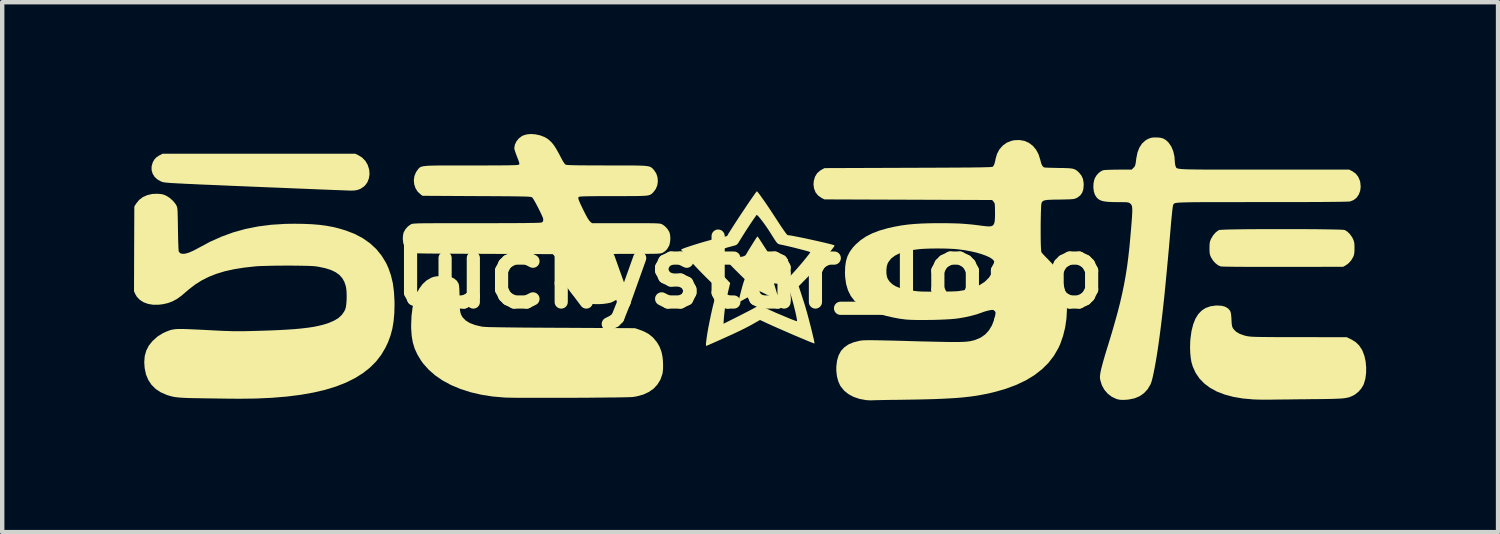
<source format=kicad_pcb>
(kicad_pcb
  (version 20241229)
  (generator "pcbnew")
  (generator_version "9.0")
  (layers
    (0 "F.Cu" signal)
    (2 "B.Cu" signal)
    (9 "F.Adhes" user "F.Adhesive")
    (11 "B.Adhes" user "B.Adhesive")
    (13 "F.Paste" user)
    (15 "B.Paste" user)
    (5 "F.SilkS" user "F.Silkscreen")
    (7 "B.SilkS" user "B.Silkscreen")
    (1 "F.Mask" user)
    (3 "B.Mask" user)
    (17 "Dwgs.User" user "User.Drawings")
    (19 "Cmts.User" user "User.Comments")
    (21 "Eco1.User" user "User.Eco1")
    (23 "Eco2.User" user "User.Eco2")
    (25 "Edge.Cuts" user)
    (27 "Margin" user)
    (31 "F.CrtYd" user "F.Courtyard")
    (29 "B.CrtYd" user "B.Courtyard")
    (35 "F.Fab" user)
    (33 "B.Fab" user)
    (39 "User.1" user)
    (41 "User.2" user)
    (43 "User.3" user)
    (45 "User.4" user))
  (footprint "luckystar_logo"
    (layer "F.Cu")
    (at 14.008 3.145)
    (property "Reference" "luckystar_logo" (at 0 0 0) (layer "F.SilkS") (effects (font (size 1.5 1.5) (thickness 0.3))))
    (attr board_only exclude_from_pos_files exclude_from_bom)
    (fp_poly (pts (xy -8.912 -2.668) (xy -8.818 -2.61) (xy -8.743 -2.533) (xy -8.688 -2.439) (xy -8.655 -2.329) (xy -8.655 -2.326) (xy -8.648 -2.228) (xy -8.663 -2.134) (xy -8.697 -2.047) (xy -8.748 -1.976) (xy -8.781 -1.946) (xy -8.848 -1.901) (xy -8.914 -1.874) (xy -8.989 -1.86) (xy -9.071 -1.857) (xy -9.099 -1.858) (xy -9.153 -1.86) (xy -9.23 -1.863) (xy -9.331 -1.867) (xy -9.452 -1.871) (xy -9.592 -1.877) (xy -9.75 -1.883) (xy -9.924 -1.89) (xy -10.113 -1.898) (xy -10.314 -1.906) (xy -10.526 -1.915) (xy -10.748 -1.924) (xy -10.978 -1.933) (xy -11.215 -1.943) (xy -11.249 -1.944) (xy -11.526 -1.956) (xy -11.777 -1.966) (xy -12.003 -1.976) (xy -12.207 -1.985) (xy -12.388 -1.992) (xy -12.548 -1.999) (xy -12.689 -2.006) (xy -12.813 -2.011) (xy -12.919 -2.017) (xy -13.011 -2.021) (xy -13.088 -2.026) (xy -13.153 -2.029) (xy -13.206 -2.033) (xy -13.249 -2.037) (xy -13.284 -2.04) (xy -13.312 -2.044) (xy -13.334 -2.047) (xy -13.351 -2.051) (xy -13.365 -2.054) (xy -13.377 -2.058) (xy -13.383 -2.061) (xy -13.469 -2.106) (xy -13.537 -2.167) (xy -13.583 -2.24) (xy -13.608 -2.322) (xy -13.608 -2.408) (xy -13.583 -2.496) (xy -13.582 -2.499) (xy -13.547 -2.562) (xy -13.504 -2.61) (xy -13.444 -2.651) (xy -13.426 -2.661) (xy -13.357 -2.697) (xy -11.166 -2.697) (xy -8.976 -2.697)) (stroke (width 0) (type solid)) (fill yes) (layer "F.SilkS"))
    (fp_poly (pts (xy 12.281 -0.981) (xy 12.452 -0.981) (xy 12.619 -0.98) (xy 12.779 -0.979) (xy 12.93 -0.978) (xy 13.07 -0.976) (xy 13.196 -0.974) (xy 13.307 -0.972) (xy 13.399 -0.97) (xy 13.472 -0.967) (xy 13.521 -0.964) (xy 13.546 -0.96) (xy 13.547 -0.96) (xy 13.605 -0.924) (xy 13.662 -0.869) (xy 13.711 -0.801) (xy 13.732 -0.761) (xy 13.749 -0.721) (xy 13.76 -0.684) (xy 13.766 -0.64) (xy 13.768 -0.583) (xy 13.768 -0.548) (xy 13.767 -0.477) (xy 13.762 -0.425) (xy 13.753 -0.384) (xy 13.739 -0.348) (xy 13.691 -0.267) (xy 13.628 -0.199) (xy 13.564 -0.153) (xy 13.508 -0.123) (xy 12.139 -0.121) (xy 11.893 -0.121) (xy 11.668 -0.121) (xy 11.466 -0.121) (xy 11.286 -0.122) (xy 11.13 -0.123) (xy 10.998 -0.124) (xy 10.89 -0.126) (xy 10.808 -0.127) (xy 10.752 -0.13) (xy 10.722 -0.132) (xy 10.719 -0.133) (xy 10.661 -0.159) (xy 10.602 -0.206) (xy 10.548 -0.266) (xy 10.507 -0.333) (xy 10.488 -0.372) (xy 10.477 -0.408) (xy 10.471 -0.448) (xy 10.468 -0.501) (xy 10.468 -0.548) (xy 10.469 -0.615) (xy 10.473 -0.664) (xy 10.481 -0.703) (xy 10.495 -0.741) (xy 10.504 -0.761) (xy 10.547 -0.833) (xy 10.6 -0.897) (xy 10.658 -0.944) (xy 10.689 -0.96) (xy 10.71 -0.963) (xy 10.757 -0.966) (xy 10.827 -0.969) (xy 10.917 -0.972) (xy 11.026 -0.974) (xy 11.15 -0.976) (xy 11.289 -0.978) (xy 11.439 -0.979) (xy 11.598 -0.98) (xy 11.764 -0.981) (xy 11.934 -0.981) (xy 12.108 -0.981)) (stroke (width 0) (type solid)) (fill yes) (layer "F.SilkS"))
    (fp_poly (pts (xy 0.19 -0.804) (xy 0.212 -0.773) (xy 0.243 -0.726) (xy 0.282 -0.667) (xy 0.324 -0.601) (xy 0.368 -0.533) (xy 0.407 -0.473) (xy 0.439 -0.426) (xy 0.462 -0.395) (xy 0.472 -0.383) (xy 0.49 -0.38) (xy 0.53 -0.372) (xy 0.585 -0.361) (xy 0.652 -0.347) (xy 0.678 -0.343) (xy 0.747 -0.329) (xy 0.805 -0.317) (xy 0.849 -0.307) (xy 0.872 -0.301) (xy 0.875 -0.3) (xy 0.874 -0.289) (xy 0.86 -0.266) (xy 0.829 -0.23) (xy 0.782 -0.178) (xy 0.717 -0.111) (xy 0.673 -0.067) (xy 0.509 0.098) (xy 0.589 0.363) (xy 0.613 0.444) (xy 0.634 0.515) (xy 0.65 0.574) (xy 0.66 0.614) (xy 0.664 0.634) (xy 0.664 0.635) (xy 0.65 0.631) (xy 0.616 0.617) (xy 0.565 0.594) (xy 0.502 0.564) (xy 0.434 0.531) (xy 0.209 0.421) (xy 0.126 0.474) (xy 0.087 0.498) (xy 0.036 0.527) (xy -0.021 0.561) (xy -0.081 0.594) (xy -0.138 0.626) (xy -0.187 0.652) (xy -0.222 0.67) (xy -0.24 0.678) (xy -0.24 0.678) (xy -0.246 0.667) (xy -0.246 0.658) (xy -0.243 0.636) (xy -0.234 0.594) (xy -0.22 0.537) (xy -0.203 0.471) (xy -0.185 0.402) (xy -0.167 0.334) (xy -0.15 0.276) (xy -0.136 0.231) (xy -0.131 0.216) (xy -0.111 0.158) (xy -0.309 -0.038) (xy -0.369 -0.098) (xy -0.421 -0.152) (xy -0.464 -0.197) (xy -0.493 -0.23) (xy -0.506 -0.247) (xy -0.507 -0.249) (xy -0.494 -0.261) (xy -0.459 -0.276) (xy -0.406 -0.295) (xy -0.34 -0.314) (xy -0.265 -0.333) (xy -0.203 -0.347) (xy -0.148 -0.359) (xy -0.114 -0.371) (xy -0.092 -0.386) (xy -0.076 -0.407) (xy -0.075 -0.41) (xy -0.046 -0.46) (xy -0.011 -0.518) (xy 0.028 -0.581) (xy 0.067 -0.644) (xy 0.104 -0.703) (xy 0.137 -0.754) (xy 0.162 -0.791) (xy 0.178 -0.812) (xy 0.18 -0.815)) (stroke (width 0) (type solid)) (fill yes) (layer "F.SilkS"))
    (fp_poly (pts (xy 10.743 0.764) (xy 10.82 0.784) (xy 10.882 0.819) (xy 10.897 0.832) (xy 10.922 0.859) (xy 10.94 0.886) (xy 10.952 0.921) (xy 10.96 0.969) (xy 10.966 1.035) (xy 10.968 1.079) (xy 10.972 1.149) (xy 10.977 1.198) (xy 10.984 1.233) (xy 10.994 1.26) (xy 11.009 1.286) (xy 11.017 1.297) (xy 11.075 1.356) (xy 11.157 1.404) (xy 11.263 1.441) (xy 11.324 1.455) (xy 11.348 1.459) (xy 11.376 1.463) (xy 11.409 1.466) (xy 11.449 1.469) (xy 11.499 1.471) (xy 11.56 1.473) (xy 11.634 1.474) (xy 11.723 1.475) (xy 11.829 1.476) (xy 11.955 1.477) (xy 12.101 1.478) (xy 12.271 1.478) (xy 12.465 1.478) (xy 12.516 1.478) (xy 13.591 1.479) (xy 13.696 1.53) (xy 13.794 1.59) (xy 13.871 1.664) (xy 13.934 1.757) (xy 13.952 1.793) (xy 13.994 1.906) (xy 14.022 2.033) (xy 14.034 2.166) (xy 14.032 2.3) (xy 14.015 2.427) (xy 13.982 2.54) (xy 13.973 2.562) (xy 13.925 2.644) (xy 13.858 2.721) (xy 13.781 2.782) (xy 13.742 2.805) (xy 13.707 2.821) (xy 13.675 2.835) (xy 13.641 2.847) (xy 13.604 2.856) (xy 13.561 2.864) (xy 13.509 2.871) (xy 13.446 2.876) (xy 13.37 2.879) (xy 13.278 2.883) (xy 13.167 2.885) (xy 13.035 2.887) (xy 12.879 2.889) (xy 12.803 2.889) (xy 12.658 2.891) (xy 12.514 2.892) (xy 12.374 2.894) (xy 12.242 2.896) (xy 12.123 2.897) (xy 12.019 2.898) (xy 11.936 2.899) (xy 11.878 2.9) (xy 11.783 2.901) (xy 11.681 2.901) (xy 11.581 2.899) (xy 11.494 2.896) (xy 11.468 2.895) (xy 11.228 2.874) (xy 11.01 2.837) (xy 10.812 2.784) (xy 10.636 2.716) (xy 10.482 2.632) (xy 10.35 2.533) (xy 10.239 2.419) (xy 10.152 2.29) (xy 10.087 2.146) (xy 10.057 2.045) (xy 10.041 1.95) (xy 10.03 1.838) (xy 10.026 1.715) (xy 10.029 1.591) (xy 10.035 1.512) (xy 10.059 1.338) (xy 10.097 1.187) (xy 10.147 1.06) (xy 10.211 0.956) (xy 10.289 0.874) (xy 10.381 0.814) (xy 10.488 0.776) (xy 10.61 0.759) (xy 10.646 0.758)) (stroke (width 0) (type solid)) (fill yes) (layer "F.SilkS"))
    (fp_poly (pts (xy -6.888 0.094) (xy -6.817 0.104) (xy -6.797 0.109) (xy -6.721 0.144) (xy -6.661 0.195) (xy -6.622 0.26) (xy -6.616 0.276) (xy -6.61 0.314) (xy -6.605 0.377) (xy -6.601 0.462) (xy -6.6 0.565) (xy -6.6 0.591) (xy -6.599 0.704) (xy -6.596 0.794) (xy -6.589 0.865) (xy -6.579 0.921) (xy -6.564 0.966) (xy -6.544 1.005) (xy -6.526 1.031) (xy -6.459 1.1) (xy -6.367 1.156) (xy -6.251 1.201) (xy -6.11 1.234) (xy -6.07 1.241) (xy -6.042 1.243) (xy -5.994 1.246) (xy -5.925 1.249) (xy -5.835 1.251) (xy -5.724 1.253) (xy -5.59 1.255) (xy -5.433 1.257) (xy -5.252 1.259) (xy -5.047 1.261) (xy -4.816 1.262) (xy -4.56 1.264) (xy -4.286 1.265) (xy -2.608 1.274) (xy -2.513 1.306) (xy -2.394 1.352) (xy -2.297 1.406) (xy -2.214 1.471) (xy -2.18 1.505) (xy -2.105 1.597) (xy -2.05 1.69) (xy -2.009 1.796) (xy -1.998 1.837) (xy -1.981 1.92) (xy -1.971 2.015) (xy -1.967 2.115) (xy -1.969 2.21) (xy -1.978 2.292) (xy -1.984 2.321) (xy -2.029 2.447) (xy -2.096 2.556) (xy -2.183 2.65) (xy -2.292 2.726) (xy -2.419 2.785) (xy -2.565 2.825) (xy -2.656 2.84) (xy -2.688 2.842) (xy -2.744 2.844) (xy -2.824 2.846) (xy -2.923 2.848) (xy -3.041 2.85) (xy -3.174 2.851) (xy -3.321 2.853) (xy -3.479 2.854) (xy -3.645 2.856) (xy -3.818 2.857) (xy -3.995 2.858) (xy -4.173 2.858) (xy -4.351 2.859) (xy -4.526 2.859) (xy -4.696 2.859) (xy -4.858 2.859) (xy -5.01 2.859) (xy -5.149 2.858) (xy -5.274 2.858) (xy -5.382 2.857) (xy -5.471 2.855) (xy -5.538 2.854) (xy -5.573 2.852) (xy -5.846 2.829) (xy -6.105 2.788) (xy -6.35 2.731) (xy -6.577 2.658) (xy -6.788 2.57) (xy -6.979 2.468) (xy -7.15 2.351) (xy -7.3 2.221) (xy -7.427 2.078) (xy -7.481 2.003) (xy -7.56 1.871) (xy -7.62 1.74) (xy -7.662 1.603) (xy -7.688 1.455) (xy -7.7 1.29) (xy -7.701 1.205) (xy -7.693 0.999) (xy -7.67 0.812) (xy -7.632 0.644) (xy -7.58 0.497) (xy -7.515 0.37) (xy -7.437 0.266) (xy -7.346 0.184) (xy -7.242 0.125) (xy -7.192 0.107) (xy -7.132 0.095) (xy -7.055 0.089) (xy -6.97 0.088)) (stroke (width 0) (type solid)) (fill yes) (layer "F.SilkS"))
    (fp_poly (pts (xy 9.342 -3.062) (xy 9.41 -3.045) (xy 9.468 -3.013) (xy 9.524 -2.963) (xy 9.536 -2.95) (xy 9.598 -2.862) (xy 9.643 -2.755) (xy 9.671 -2.631) (xy 9.68 -2.503) (xy 9.685 -2.457) (xy 9.695 -2.416) (xy 9.697 -2.41) (xy 9.701 -2.399) (xy 9.705 -2.39) (xy 9.71 -2.382) (xy 9.716 -2.374) (xy 9.726 -2.367) (xy 9.741 -2.362) (xy 9.762 -2.357) (xy 9.791 -2.352) (xy 9.828 -2.348) (xy 9.876 -2.345) (xy 9.935 -2.342) (xy 10.006 -2.34) (xy 10.092 -2.339) (xy 10.193 -2.337) (xy 10.311 -2.336) (xy 10.447 -2.335) (xy 10.603 -2.335) (xy 10.779 -2.335) (xy 10.977 -2.335) (xy 11.199 -2.335) (xy 11.445 -2.335) (xy 11.718 -2.335) (xy 11.718 -2.335) (xy 13.647 -2.335) (xy 13.721 -2.297) (xy 13.796 -2.244) (xy 13.853 -2.172) (xy 13.891 -2.082) (xy 13.899 -2.051) (xy 13.909 -1.948) (xy 13.898 -1.852) (xy 13.866 -1.768) (xy 13.817 -1.697) (xy 13.75 -1.643) (xy 13.669 -1.611) (xy 13.665 -1.61) (xy 13.641 -1.608) (xy 13.59 -1.606) (xy 13.512 -1.604) (xy 13.407 -1.602) (xy 13.276 -1.601) (xy 13.118 -1.599) (xy 12.933 -1.598) (xy 12.723 -1.597) (xy 12.486 -1.597) (xy 12.224 -1.596) (xy 11.936 -1.596) (xy 11.659 -1.596) (xy 11.387 -1.596) (xy 11.141 -1.595) (xy 10.919 -1.595) (xy 10.721 -1.595) (xy 10.545 -1.595) (xy 10.39 -1.595) (xy 10.254 -1.594) (xy 10.136 -1.593) (xy 10.035 -1.592) (xy 9.949 -1.59) (xy 9.878 -1.588) (xy 9.819 -1.586) (xy 9.772 -1.583) (xy 9.734 -1.58) (xy 9.706 -1.576) (xy 9.685 -1.571) (xy 9.67 -1.566) (xy 9.66 -1.56) (xy 9.653 -1.553) (xy 9.648 -1.545) (xy 9.645 -1.537) (xy 9.64 -1.528) (xy 9.64 -1.527) (xy 9.635 -1.507) (xy 9.629 -1.464) (xy 9.621 -1.4) (xy 9.613 -1.319) (xy 9.603 -1.223) (xy 9.593 -1.117) (xy 9.585 -1.017) (xy 9.552 -0.636) (xy 9.52 -0.281) (xy 9.489 0.047) (xy 9.46 0.35) (xy 9.441 0.541) (xy 9.414 0.788) (xy 9.387 1.026) (xy 9.359 1.254) (xy 9.331 1.47) (xy 9.303 1.672) (xy 9.275 1.858) (xy 9.247 2.027) (xy 9.22 2.176) (xy 9.194 2.306) (xy 9.17 2.413) (xy 9.147 2.496) (xy 9.126 2.552) (xy 9.061 2.662) (xy 8.978 2.752) (xy 8.878 2.822) (xy 8.76 2.871) (xy 8.625 2.898) (xy 8.558 2.904) (xy 8.484 2.906) (xy 8.428 2.903) (xy 8.38 2.893) (xy 8.351 2.885) (xy 8.244 2.835) (xy 8.151 2.764) (xy 8.075 2.675) (xy 8.018 2.571) (xy 7.983 2.455) (xy 7.976 2.416) (xy 7.975 2.38) (xy 7.979 2.334) (xy 7.988 2.276) (xy 8.003 2.204) (xy 8.026 2.116) (xy 8.055 2.009) (xy 8.092 1.881) (xy 8.138 1.731) (xy 8.161 1.657) (xy 8.243 1.387) (xy 8.315 1.138) (xy 8.379 0.907) (xy 8.435 0.688) (xy 8.483 0.478) (xy 8.525 0.273) (xy 8.562 0.069) (xy 8.594 -0.138) (xy 8.622 -0.353) (xy 8.647 -0.58) (xy 8.669 -0.822) (xy 8.673 -0.869) (xy 8.686 -1.019) (xy 8.696 -1.143) (xy 8.704 -1.246) (xy 8.708 -1.328) (xy 8.711 -1.393) (xy 8.71 -1.444) (xy 8.707 -1.482) (xy 8.701 -1.51) (xy 8.692 -1.531) (xy 8.68 -1.548) (xy 8.666 -1.561) (xy 8.658 -1.567) (xy 8.644 -1.577) (xy 8.627 -1.584) (xy 8.603 -1.589) (xy 8.568 -1.593) (xy 8.517 -1.594) (xy 8.447 -1.595) (xy 8.367 -1.595) (xy 8.241 -1.597) (xy 8.14 -1.603) (xy 8.059 -1.614) (xy 7.996 -1.632) (xy 7.946 -1.658) (xy 7.907 -1.692) (xy 7.876 -1.737) (xy 7.858 -1.769) (xy 7.835 -1.842) (xy 7.825 -1.928) (xy 7.828 -2.018) (xy 7.845 -2.102) (xy 7.859 -2.14) (xy 7.899 -2.207) (xy 7.953 -2.265) (xy 8.015 -2.307) (xy 8.05 -2.321) (xy 8.078 -2.325) (xy 8.129 -2.328) (xy 8.197 -2.331) (xy 8.278 -2.333) (xy 8.368 -2.334) (xy 8.398 -2.335) (xy 8.697 -2.335) (xy 8.736 -2.374) (xy 8.755 -2.393) (xy 8.768 -2.412) (xy 8.778 -2.437) (xy 8.786 -2.472) (xy 8.794 -2.523) (xy 8.802 -2.588) (xy 8.829 -2.722) (xy 8.872 -2.835) (xy 8.932 -2.927) (xy 9.008 -2.997) (xy 9.06 -3.028) (xy 9.106 -3.048) (xy 9.146 -3.06) (xy 9.193 -3.066) (xy 9.256 -3.067) (xy 9.256 -3.067)) (stroke (width 0) (type solid)) (fill yes) (layer "F.SilkS"))
    (fp_poly (pts (xy -13.41 -1.78) (xy -13.358 -1.772) (xy -13.312 -1.757) (xy -13.279 -1.742) (xy -13.196 -1.691) (xy -13.121 -1.624) (xy -13.062 -1.551) (xy -13.047 -1.525) (xy -13.038 -1.508) (xy -13.032 -1.492) (xy -13.026 -1.472) (xy -13.022 -1.446) (xy -13.018 -1.41) (xy -13.016 -1.363) (xy -13.014 -1.301) (xy -13.012 -1.22) (xy -13.01 -1.118) (xy -13.008 -0.992) (xy -13.008 -0.979) (xy -13.006 -0.865) (xy -13.004 -0.76) (xy -13.001 -0.666) (xy -12.998 -0.586) (xy -12.995 -0.525) (xy -12.992 -0.484) (xy -12.989 -0.469) (xy -12.958 -0.433) (xy -12.908 -0.418) (xy -12.841 -0.422) (xy -12.755 -0.447) (xy -12.653 -0.492) (xy -12.54 -0.552) (xy -12.277 -0.693) (xy -12.012 -0.811) (xy -11.743 -0.909) (xy -11.467 -0.985) (xy -11.181 -1.042) (xy -10.882 -1.08) (xy -10.566 -1.1) (xy -10.359 -1.103) (xy -10.148 -1.1) (xy -9.959 -1.092) (xy -9.788 -1.078) (xy -9.63 -1.057) (xy -9.479 -1.029) (xy -9.331 -0.992) (xy -9.188 -0.949) (xy -8.985 -0.871) (xy -8.802 -0.774) (xy -8.638 -0.659) (xy -8.495 -0.527) (xy -8.373 -0.377) (xy -8.272 -0.211) (xy -8.219 -0.096) (xy -8.161 0.07) (xy -8.118 0.249) (xy -8.092 0.445) (xy -8.08 0.659) (xy -8.079 0.733) (xy -8.084 0.936) (xy -8.101 1.119) (xy -8.129 1.286) (xy -8.171 1.442) (xy -8.226 1.591) (xy -8.286 1.718) (xy -8.383 1.882) (xy -8.501 2.034) (xy -8.639 2.172) (xy -8.798 2.297) (xy -8.979 2.41) (xy -9.181 2.511) (xy -9.405 2.599) (xy -9.651 2.675) (xy -9.921 2.738) (xy -10.213 2.79) (xy -10.529 2.83) (xy -10.869 2.858) (xy -11.232 2.875) (xy -11.621 2.88) (xy -11.694 2.879) (xy -11.798 2.878) (xy -11.922 2.877) (xy -12.06 2.875) (xy -12.204 2.873) (xy -12.348 2.871) (xy -12.484 2.869) (xy -12.522 2.868) (xy -12.662 2.866) (xy -12.779 2.863) (xy -12.875 2.859) (xy -12.955 2.854) (xy -13.021 2.848) (xy -13.078 2.841) (xy -13.129 2.831) (xy -13.178 2.819) (xy -13.229 2.804) (xy -13.262 2.793) (xy -13.398 2.734) (xy -13.514 2.658) (xy -13.609 2.564) (xy -13.683 2.453) (xy -13.736 2.326) (xy -13.766 2.182) (xy -13.775 2.046) (xy -13.764 1.908) (xy -13.729 1.784) (xy -13.671 1.671) (xy -13.587 1.566) (xy -13.586 1.565) (xy -13.472 1.463) (xy -13.345 1.384) (xy -13.261 1.347) (xy -13.221 1.332) (xy -13.184 1.319) (xy -13.148 1.309) (xy -13.108 1.302) (xy -13.064 1.296) (xy -13.011 1.293) (xy -12.948 1.292) (xy -12.871 1.293) (xy -12.778 1.296) (xy -12.667 1.301) (xy -12.533 1.307) (xy -12.375 1.315) (xy -12.358 1.316) (xy -12.202 1.324) (xy -12.068 1.331) (xy -11.953 1.336) (xy -11.852 1.339) (xy -11.759 1.342) (xy -11.671 1.343) (xy -11.583 1.343) (xy -11.491 1.342) (xy -11.389 1.34) (xy -11.274 1.337) (xy -11.201 1.335) (xy -10.952 1.327) (xy -10.729 1.318) (xy -10.53 1.307) (xy -10.351 1.295) (xy -10.192 1.28) (xy -10.05 1.263) (xy -9.923 1.244) (xy -9.81 1.221) (xy -9.707 1.196) (xy -9.614 1.168) (xy -9.577 1.155) (xy -9.454 1.102) (xy -9.355 1.042) (xy -9.278 0.971) (xy -9.222 0.89) (xy -9.198 0.837) (xy -9.185 0.787) (xy -9.176 0.717) (xy -9.17 0.634) (xy -9.168 0.546) (xy -9.17 0.46) (xy -9.177 0.382) (xy -9.187 0.322) (xy -9.22 0.221) (xy -9.269 0.135) (xy -9.334 0.062) (xy -9.418 0.001) (xy -9.522 -0.049) (xy -9.649 -0.09) (xy -9.799 -0.122) (xy -9.869 -0.133) (xy -9.918 -0.138) (xy -9.989 -0.142) (xy -10.081 -0.145) (xy -10.188 -0.147) (xy -10.307 -0.149) (xy -10.434 -0.15) (xy -10.566 -0.15) (xy -10.698 -0.149) (xy -10.827 -0.148) (xy -10.949 -0.145) (xy -11.059 -0.142) (xy -11.155 -0.139) (xy -11.232 -0.134) (xy -11.255 -0.132) (xy -11.508 -0.104) (xy -11.736 -0.067) (xy -11.944 -0.021) (xy -12.134 0.037) (xy -12.308 0.106) (xy -12.469 0.187) (xy -12.62 0.283) (xy -12.763 0.393) (xy -12.823 0.445) (xy -12.933 0.539) (xy -13.035 0.611) (xy -13.133 0.664) (xy -13.235 0.702) (xy -13.344 0.727) (xy -13.446 0.74) (xy -13.571 0.741) (xy -13.686 0.722) (xy -13.788 0.685) (xy -13.874 0.631) (xy -13.942 0.561) (xy -13.973 0.509) (xy -14.008 0.436) (xy -14.005 -0.529) (xy -14.001 -1.495) (xy -13.959 -1.562) (xy -13.892 -1.645) (xy -13.807 -1.71) (xy -13.704 -1.755) (xy -13.589 -1.781) (xy -13.478 -1.785)) (stroke (width 0) (type solid)) (fill yes) (layer "F.SilkS"))
    (fp_poly (pts (xy 0.18 -1.83) (xy 0.206 -1.799) (xy 0.243 -1.75) (xy 0.289 -1.685) (xy 0.344 -1.608) (xy 0.404 -1.52) (xy 0.468 -1.425) (xy 0.515 -1.353) (xy 0.595 -1.231) (xy 0.661 -1.13) (xy 0.715 -1.048) (xy 0.759 -0.983) (xy 0.793 -0.934) (xy 0.82 -0.897) (xy 0.84 -0.871) (xy 0.854 -0.855) (xy 0.865 -0.846) (xy 0.874 -0.843) (xy 0.879 -0.842) (xy 0.908 -0.839) (xy 0.959 -0.831) (xy 1.028 -0.818) (xy 1.111 -0.802) (xy 1.205 -0.783) (xy 1.306 -0.762) (xy 1.41 -0.739) (xy 1.514 -0.716) (xy 1.615 -0.693) (xy 1.707 -0.672) (xy 1.789 -0.652) (xy 1.856 -0.635) (xy 1.904 -0.621) (xy 1.931 -0.612) (xy 1.934 -0.61) (xy 1.931 -0.596) (xy 1.91 -0.564) (xy 1.875 -0.517) (xy 1.828 -0.457) (xy 1.771 -0.388) (xy 1.705 -0.31) (xy 1.633 -0.228) (xy 1.558 -0.142) (xy 1.48 -0.057) (xy 1.403 0.027) (xy 1.329 0.106) (xy 1.283 0.152) (xy 1.119 0.319) (xy 1.175 0.488) (xy 1.21 0.596) (xy 1.24 0.688) (xy 1.266 0.772) (xy 1.289 0.853) (xy 1.313 0.936) (xy 1.338 1.029) (xy 1.366 1.137) (xy 1.397 1.256) (xy 1.421 1.352) (xy 1.441 1.438) (xy 1.459 1.511) (xy 1.471 1.569) (xy 1.478 1.607) (xy 1.479 1.622) (xy 1.479 1.623) (xy 1.461 1.617) (xy 1.42 1.602) (xy 1.361 1.579) (xy 1.286 1.548) (xy 1.199 1.511) (xy 1.101 1.47) (xy 0.997 1.426) (xy 0.889 1.379) (xy 0.781 1.332) (xy 0.676 1.286) (xy 0.576 1.242) (xy 0.484 1.201) (xy 0.405 1.165) (xy 0.369 1.148) (xy 0.239 1.087) (xy 0.089 1.172) (xy 0.014 1.214) (xy -0.074 1.26) (xy -0.163 1.305) (xy -0.233 1.339) (xy -0.294 1.368) (xy -0.368 1.403) (xy -0.45 1.44) (xy -0.538 1.48) (xy -0.627 1.52) (xy -0.713 1.559) (xy -0.794 1.595) (xy -0.865 1.626) (xy -0.923 1.652) (xy -0.964 1.669) (xy -0.985 1.677) (xy -0.987 1.677) (xy -0.991 1.665) (xy -0.992 1.634) (xy -0.99 1.612) (xy -0.978 1.512) (xy -0.96 1.39) (xy -0.936 1.254) (xy -0.907 1.108) (xy -0.876 0.959) (xy -0.843 0.811) (xy -0.808 0.671) (xy -0.775 0.544) (xy -0.773 0.538) (xy -0.723 0.364) (xy -0.776 0.32) (xy -0.833 0.269) (xy -0.903 0.202) (xy -0.983 0.124) (xy -1.069 0.037) (xy -1.156 -0.052) (xy -1.24 -0.141) (xy -1.316 -0.224) (xy -1.381 -0.298) (xy -1.387 -0.305) (xy -1.44 -0.367) (xy -1.457 -0.388) (xy -0.987 -0.388) (xy -0.95 -0.338) (xy -0.888 -0.257) (xy -0.813 -0.166) (xy -0.731 -0.07) (xy -0.65 0.022) (xy -0.576 0.103) (xy -0.564 0.116) (xy -0.44 0.246) (xy -0.479 0.407) (xy -0.512 0.554) (xy -0.541 0.707) (xy -0.564 0.856) (xy -0.579 0.993) (xy -0.583 1.038) (xy -0.592 1.173) (xy -0.279 1.016) (xy -0.188 0.97) (xy -0.099 0.924) (xy -0.018 0.882) (xy 0.052 0.846) (xy 0.104 0.818) (xy 0.128 0.804) (xy 0.222 0.75) (xy 0.44 0.851) (xy 0.509 0.883) (xy 0.588 0.918) (xy 0.673 0.954) (xy 0.759 0.99) (xy 0.842 1.025) (xy 0.919 1.057) (xy 0.985 1.083) (xy 1.037 1.103) (xy 1.07 1.114) (xy 1.079 1.116) (xy 1.082 1.103) (xy 1.077 1.068) (xy 1.067 1.015) (xy 1.053 0.946) (xy 1.034 0.867) (xy 1.013 0.78) (xy 0.99 0.691) (xy 0.965 0.601) (xy 0.941 0.517) (xy 0.918 0.44) (xy 0.909 0.414) (xy 0.833 0.185) (xy 0.973 0.038) (xy 1.02 -0.014) (xy 1.074 -0.074) (xy 1.131 -0.14) (xy 1.189 -0.207) (xy 1.244 -0.273) (xy 1.293 -0.334) (xy 1.334 -0.386) (xy 1.365 -0.426) (xy 1.381 -0.451) (xy 1.383 -0.456) (xy 1.37 -0.462) (xy 1.335 -0.474) (xy 1.282 -0.489) (xy 1.215 -0.507) (xy 1.138 -0.527) (xy 1.056 -0.548) (xy 0.972 -0.569) (xy 0.892 -0.588) (xy 0.818 -0.605) (xy 0.757 -0.619) (xy 0.729 -0.624) (xy 0.699 -0.63) (xy 0.675 -0.636) (xy 0.654 -0.644) (xy 0.635 -0.659) (xy 0.613 -0.683) (xy 0.587 -0.719) (xy 0.554 -0.77) (xy 0.511 -0.838) (xy 0.466 -0.91) (xy 0.416 -0.986) (xy 0.364 -1.062) (xy 0.312 -1.134) (xy 0.263 -1.198) (xy 0.221 -1.25) (xy 0.187 -1.287) (xy 0.164 -1.305) (xy 0.164 -1.305) (xy 0.154 -1.295) (xy 0.133 -1.265) (xy 0.101 -1.219) (xy 0.061 -1.161) (xy 0.015 -1.093) (xy -0.033 -1.019) (xy -0.083 -0.943) (xy -0.131 -0.867) (xy -0.175 -0.797) (xy -0.214 -0.734) (xy -0.234 -0.701) (xy -0.263 -0.656) (xy -0.287 -0.63) (xy -0.315 -0.615) (xy -0.335 -0.608) (xy -0.503 -0.563) (xy -0.66 -0.512) (xy -0.806 -0.458) (xy -0.987 -0.388) (xy -1.457 -0.388) (xy -1.486 -0.422) (xy -1.523 -0.467) (xy -1.548 -0.498) (xy -1.558 -0.512) (xy -1.558 -0.512) (xy -1.547 -0.521) (xy -1.514 -0.537) (xy -1.461 -0.557) (xy -1.391 -0.581) (xy -1.309 -0.608) (xy -1.217 -0.637) (xy -1.119 -0.667) (xy -1.019 -0.696) (xy -0.919 -0.724) (xy -0.823 -0.749) (xy -0.735 -0.771) (xy -0.658 -0.789) (xy -0.626 -0.795) (xy -0.573 -0.806) (xy -0.532 -0.817) (xy -0.509 -0.825) (xy -0.507 -0.827) (xy -0.499 -0.843) (xy -0.479 -0.879) (xy -0.446 -0.931) (xy -0.404 -0.997) (xy -0.355 -1.074) (xy -0.299 -1.16) (xy -0.24 -1.251) (xy -0.178 -1.344) (xy -0.116 -1.437) (xy -0.056 -1.527) (xy 0.001 -1.611) (xy 0.053 -1.686) (xy 0.097 -1.749) (xy 0.132 -1.798) (xy 0.156 -1.83) (xy 0.167 -1.841) (xy 0.167 -1.841)) (stroke (width 0) (type solid)) (fill yes) (layer "F.SilkS"))
    (fp_poly (pts (xy -4.869 -3.137) (xy -4.764 -3.114) (xy -4.666 -3.076) (xy -4.614 -3.047) (xy -4.557 -3.004) (xy -4.504 -2.954) (xy -4.453 -2.891) (xy -4.402 -2.812) (xy -4.346 -2.713) (xy -4.321 -2.665) (xy -4.277 -2.581) (xy -4.242 -2.519) (xy -4.214 -2.477) (xy -4.193 -2.453) (xy -4.182 -2.446) (xy -4.166 -2.443) (xy -4.132 -2.44) (xy -4.079 -2.437) (xy -4.007 -2.435) (xy -3.913 -2.433) (xy -3.797 -2.432) (xy -3.658 -2.431) (xy -3.494 -2.431) (xy -3.304 -2.43) (xy -3.241 -2.43) (xy -3.055 -2.43) (xy -2.894 -2.43) (xy -2.757 -2.43) (xy -2.64 -2.429) (xy -2.543 -2.427) (xy -2.464 -2.425) (xy -2.399 -2.422) (xy -2.347 -2.417) (xy -2.307 -2.411) (xy -2.275 -2.403) (xy -2.251 -2.393) (xy -2.231 -2.381) (xy -2.214 -2.367) (xy -2.198 -2.351) (xy -2.181 -2.331) (xy -2.174 -2.324) (xy -2.123 -2.248) (xy -2.094 -2.161) (xy -2.086 -2.069) (xy -2.099 -1.978) (xy -2.134 -1.893) (xy -2.189 -1.82) (xy -2.191 -1.818) (xy -2.209 -1.8) (xy -2.226 -1.785) (xy -2.243 -1.772) (xy -2.263 -1.762) (xy -2.288 -1.753) (xy -2.321 -1.746) (xy -2.363 -1.741) (xy -2.417 -1.738) (xy -2.485 -1.735) (xy -2.569 -1.733) (xy -2.673 -1.733) (xy -2.797 -1.732) (xy -2.944 -1.732) (xy -3.087 -1.732) (xy -3.277 -1.732) (xy -3.439 -1.731) (xy -3.575 -1.73) (xy -3.686 -1.728) (xy -3.771 -1.726) (xy -3.831 -1.723) (xy -3.866 -1.72) (xy -3.877 -1.717) (xy -3.89 -1.708) (xy -3.896 -1.696) (xy -3.896 -1.676) (xy -3.888 -1.647) (xy -3.871 -1.604) (xy -3.845 -1.545) (xy -3.807 -1.467) (xy -3.779 -1.408) (xy -3.728 -1.308) (xy -3.685 -1.23) (xy -3.65 -1.178) (xy -3.628 -1.152) (xy -3.585 -1.116) (xy -2.812 -1.116) (xy -2.647 -1.116) (xy -2.507 -1.116) (xy -2.389 -1.115) (xy -2.293 -1.115) (xy -2.214 -1.114) (xy -2.152 -1.113) (xy -2.104 -1.111) (xy -2.067 -1.108) (xy -2.04 -1.105) (xy -2.02 -1.102) (xy -2.004 -1.097) (xy -1.992 -1.092) (xy -1.987 -1.089) (xy -1.928 -1.048) (xy -1.873 -0.991) (xy -1.831 -0.926) (xy -1.824 -0.912) (xy -1.808 -0.85) (xy -1.802 -0.774) (xy -1.807 -0.695) (xy -1.822 -0.626) (xy -1.834 -0.596) (xy -1.875 -0.527) (xy -1.921 -0.478) (xy -1.975 -0.444) (xy -1.988 -0.437) (xy -2.004 -0.432) (xy -2.025 -0.428) (xy -2.053 -0.425) (xy -2.091 -0.422) (xy -2.142 -0.42) (xy -2.208 -0.419) (xy -2.292 -0.418) (xy -2.397 -0.418) (xy -2.525 -0.418) (xy -2.619 -0.418) (xy -2.766 -0.418) (xy -2.888 -0.417) (xy -2.987 -0.417) (xy -3.066 -0.415) (xy -3.127 -0.413) (xy -3.173 -0.409) (xy -3.204 -0.404) (xy -3.225 -0.398) (xy -3.237 -0.39) (xy -3.243 -0.38) (xy -3.245 -0.367) (xy -3.245 -0.358) (xy -3.238 -0.338) (xy -3.219 -0.299) (xy -3.19 -0.246) (xy -3.154 -0.183) (xy -3.123 -0.131) (xy -3.059 -0.025) (xy -3.008 0.063) (xy -2.97 0.135) (xy -2.943 0.196) (xy -2.924 0.25) (xy -2.912 0.299) (xy -2.906 0.349) (xy -2.906 0.355) (xy -2.904 0.414) (xy -2.908 0.456) (xy -2.92 0.492) (xy -2.928 0.509) (xy -2.979 0.581) (xy -3.051 0.64) (xy -3.139 0.685) (xy -3.162 0.693) (xy -3.236 0.709) (xy -3.327 0.721) (xy -3.425 0.727) (xy -3.522 0.726) (xy -3.607 0.719) (xy -3.608 0.719) (xy -3.7 0.7) (xy -3.79 0.671) (xy -3.869 0.636) (xy -3.889 0.625) (xy -3.951 0.579) (xy -4.016 0.516) (xy -4.074 0.447) (xy -4.119 0.38) (xy -4.12 0.378) (xy -4.141 0.334) (xy -4.17 0.267) (xy -4.206 0.181) (xy -4.248 0.078) (xy -4.293 -0.038) (xy -4.342 -0.165) (xy -4.373 -0.248) (xy -4.396 -0.301) (xy -4.421 -0.347) (xy -4.444 -0.377) (xy -4.445 -0.378) (xy -4.48 -0.411) (xy -6.084 -0.418) (xy -6.329 -0.419) (xy -6.548 -0.42) (xy -6.743 -0.421) (xy -6.914 -0.422) (xy -7.064 -0.423) (xy -7.195 -0.424) (xy -7.306 -0.425) (xy -7.401 -0.426) (xy -7.48 -0.428) (xy -7.545 -0.429) (xy -7.597 -0.431) (xy -7.639 -0.433) (xy -7.67 -0.435) (xy -7.694 -0.438) (xy -7.71 -0.441) (xy -7.722 -0.444) (xy -7.73 -0.447) (xy -7.798 -0.5) (xy -7.848 -0.572) (xy -7.88 -0.66) (xy -7.891 -0.76) (xy -7.891 -0.767) (xy -7.887 -0.83) (xy -7.877 -0.886) (xy -7.868 -0.913) (xy -7.828 -0.982) (xy -7.773 -1.043) (xy -7.711 -1.087) (xy -7.707 -1.089) (xy -7.698 -1.094) (xy -7.688 -1.097) (xy -7.675 -1.101) (xy -7.656 -1.104) (xy -7.632 -1.106) (xy -7.6 -1.108) (xy -7.558 -1.11) (xy -7.506 -1.112) (xy -7.441 -1.113) (xy -7.361 -1.114) (xy -7.266 -1.114) (xy -7.153 -1.115) (xy -7.022 -1.115) (xy -6.869 -1.116) (xy -6.695 -1.116) (xy -6.497 -1.116) (xy -6.273 -1.116) (xy -6.211 -1.116) (xy -5.962 -1.116) (xy -5.74 -1.116) (xy -5.543 -1.117) (xy -5.37 -1.117) (xy -5.22 -1.118) (xy -5.093 -1.119) (xy -4.986 -1.121) (xy -4.9 -1.122) (xy -4.832 -1.124) (xy -4.783 -1.126) (xy -4.75 -1.129) (xy -4.733 -1.131) (xy -4.731 -1.132) (xy -4.705 -1.15) (xy -4.695 -1.177) (xy -4.696 -1.218) (xy -4.704 -1.243) (xy -4.723 -1.286) (xy -4.75 -1.344) (xy -4.782 -1.41) (xy -4.817 -1.479) (xy -4.853 -1.547) (xy -4.886 -1.608) (xy -4.915 -1.657) (xy -4.936 -1.689) (xy -4.943 -1.698) (xy -4.949 -1.703) (xy -4.956 -1.707) (xy -4.967 -1.71) (xy -4.982 -1.714) (xy -5.005 -1.716) (xy -5.036 -1.719) (xy -5.076 -1.721) (xy -5.129 -1.722) (xy -5.196 -1.724) (xy -5.277 -1.725) (xy -5.376 -1.727) (xy -5.493 -1.728) (xy -5.63 -1.729) (xy -5.79 -1.73) (xy -5.973 -1.731) (xy -6.182 -1.732) (xy -6.208 -1.732) (xy -7.442 -1.739) (xy -7.485 -1.77) (xy -7.554 -1.835) (xy -7.603 -1.914) (xy -7.632 -2.003) (xy -7.64 -2.097) (xy -7.626 -2.19) (xy -7.59 -2.277) (xy -7.556 -2.326) (xy -7.541 -2.345) (xy -7.528 -2.361) (xy -7.515 -2.375) (xy -7.499 -2.387) (xy -7.479 -2.397) (xy -7.454 -2.405) (xy -7.421 -2.412) (xy -7.378 -2.417) (xy -7.325 -2.422) (xy -7.258 -2.425) (xy -7.175 -2.427) (xy -7.077 -2.429) (xy -6.959 -2.43) (xy -6.821 -2.43) (xy -6.66 -2.43) (xy -6.475 -2.43) (xy -6.331 -2.43) (xy -6.132 -2.43) (xy -5.959 -2.43) (xy -5.81 -2.431) (xy -5.682 -2.431) (xy -5.575 -2.432) (xy -5.487 -2.433) (xy -5.416 -2.435) (xy -5.36 -2.436) (xy -5.317 -2.438) (xy -5.286 -2.441) (xy -5.265 -2.443) (xy -5.252 -2.447) (xy -5.245 -2.45) (xy -5.244 -2.451) (xy -5.239 -2.464) (xy -5.24 -2.486) (xy -5.25 -2.52) (xy -5.269 -2.572) (xy -5.291 -2.627) (xy -5.315 -2.691) (xy -5.335 -2.749) (xy -5.349 -2.795) (xy -5.354 -2.821) (xy -5.341 -2.901) (xy -5.305 -2.978) (xy -5.249 -3.046) (xy -5.178 -3.099) (xy -5.156 -3.11) (xy -5.072 -3.136) (xy -4.974 -3.145)) (stroke (width 0) (type solid)) (fill yes) (layer "F.SilkS"))
    (fp_poly (pts (xy 6.258 -2.988) (xy 6.358 -2.944) (xy 6.447 -2.877) (xy 6.52 -2.79) (xy 6.578 -2.683) (xy 6.617 -2.559) (xy 6.62 -2.547) (xy 6.64 -2.471) (xy 6.665 -2.419) (xy 6.695 -2.39) (xy 6.713 -2.383) (xy 6.735 -2.381) (xy 6.781 -2.379) (xy 6.844 -2.377) (xy 6.922 -2.375) (xy 7.009 -2.373) (xy 7.045 -2.372) (xy 7.154 -2.371) (xy 7.24 -2.368) (xy 7.306 -2.363) (xy 7.358 -2.355) (xy 7.398 -2.342) (xy 7.431 -2.325) (xy 7.462 -2.302) (xy 7.493 -2.272) (xy 7.501 -2.265) (xy 7.554 -2.198) (xy 7.588 -2.124) (xy 7.603 -2.036) (xy 7.605 -1.986) (xy 7.597 -1.887) (xy 7.57 -1.808) (xy 7.525 -1.745) (xy 7.458 -1.696) (xy 7.428 -1.682) (xy 7.407 -1.674) (xy 7.38 -1.667) (xy 7.344 -1.663) (xy 7.296 -1.659) (xy 7.231 -1.657) (xy 7.145 -1.655) (xy 7.052 -1.653) (xy 6.941 -1.652) (xy 6.854 -1.649) (xy 6.788 -1.646) (xy 6.739 -1.64) (xy 6.705 -1.632) (xy 6.68 -1.621) (xy 6.664 -1.606) (xy 6.651 -1.587) (xy 6.647 -1.579) (xy 6.642 -1.556) (xy 6.637 -1.509) (xy 6.634 -1.443) (xy 6.631 -1.36) (xy 6.629 -1.265) (xy 6.627 -1.161) (xy 6.626 -1.053) (xy 6.626 -0.943) (xy 6.626 -0.835) (xy 6.627 -0.734) (xy 6.629 -0.643) (xy 6.632 -0.566) (xy 6.636 -0.506) (xy 6.64 -0.467) (xy 6.643 -0.455) (xy 6.659 -0.434) (xy 6.69 -0.399) (xy 6.732 -0.355) (xy 6.781 -0.306) (xy 6.785 -0.302) (xy 6.88 -0.202) (xy 6.957 -0.106) (xy 7.022 -0.005) (xy 7.081 0.111) (xy 7.082 0.112) (xy 7.146 0.278) (xy 7.191 0.459) (xy 7.217 0.652) (xy 7.224 0.851) (xy 7.213 1.053) (xy 7.184 1.254) (xy 7.136 1.449) (xy 7.071 1.635) (xy 7.029 1.726) (xy 6.927 1.902) (xy 6.803 2.063) (xy 6.654 2.21) (xy 6.483 2.343) (xy 6.289 2.461) (xy 6.072 2.564) (xy 5.833 2.653) (xy 5.608 2.718) (xy 5.49 2.747) (xy 5.374 2.772) (xy 5.257 2.795) (xy 5.137 2.815) (xy 5.012 2.832) (xy 4.879 2.847) (xy 4.736 2.86) (xy 4.58 2.87) (xy 4.41 2.879) (xy 4.222 2.887) (xy 4.014 2.893) (xy 3.785 2.898) (xy 3.531 2.902) (xy 3.464 2.903) (xy 3.332 2.905) (xy 3.208 2.906) (xy 3.094 2.908) (xy 2.993 2.91) (xy 2.908 2.912) (xy 2.843 2.913) (xy 2.799 2.915) (xy 2.78 2.916) (xy 2.749 2.916) (xy 2.701 2.914) (xy 2.648 2.91) (xy 2.502 2.883) (xy 2.369 2.838) (xy 2.252 2.775) (xy 2.154 2.696) (xy 2.077 2.601) (xy 2.063 2.58) (xy 2.019 2.482) (xy 1.989 2.367) (xy 1.975 2.242) (xy 1.975 2.15) (xy 1.992 2.011) (xy 2.027 1.893) (xy 2.081 1.792) (xy 2.156 1.71) (xy 2.251 1.644) (xy 2.368 1.595) (xy 2.508 1.56) (xy 2.513 1.559) (xy 2.535 1.556) (xy 2.561 1.553) (xy 2.593 1.55) (xy 2.631 1.549) (xy 2.679 1.548) (xy 2.737 1.547) (xy 2.809 1.548) (xy 2.896 1.549) (xy 2.999 1.551) (xy 3.122 1.554) (xy 3.265 1.557) (xy 3.431 1.561) (xy 3.622 1.567) (xy 3.704 1.569) (xy 3.918 1.575) (xy 4.106 1.579) (xy 4.271 1.583) (xy 4.414 1.586) (xy 4.538 1.588) (xy 4.644 1.589) (xy 4.734 1.589) (xy 4.811 1.587) (xy 4.876 1.585) (xy 4.932 1.581) (xy 4.979 1.576) (xy 5.021 1.57) (xy 5.058 1.562) (xy 5.094 1.553) (xy 5.13 1.543) (xy 5.139 1.54) (xy 5.258 1.49) (xy 5.362 1.418) (xy 5.448 1.324) (xy 5.517 1.211) (xy 5.568 1.077) (xy 5.588 0.995) (xy 5.597 0.948) (xy 5.599 0.919) (xy 5.593 0.9) (xy 5.578 0.883) (xy 5.576 0.88) (xy 5.558 0.865) (xy 5.539 0.858) (xy 5.512 0.858) (xy 5.466 0.866) (xy 5.46 0.867) (xy 5.398 0.882) (xy 5.329 0.902) (xy 5.287 0.918) (xy 5.173 0.958) (xy 5.037 0.995) (xy 4.884 1.028) (xy 4.762 1.049) (xy 4.684 1.059) (xy 4.583 1.068) (xy 4.464 1.075) (xy 4.334 1.081) (xy 4.197 1.085) (xy 4.058 1.087) (xy 3.922 1.088) (xy 3.795 1.087) (xy 3.681 1.084) (xy 3.585 1.079) (xy 3.552 1.076) (xy 3.413 1.058) (xy 3.265 1.03) (xy 3.113 0.995) (xy 2.965 0.954) (xy 2.826 0.909) (xy 2.703 0.862) (xy 2.623 0.824) (xy 2.495 0.745) (xy 2.388 0.65) (xy 2.304 0.54) (xy 2.241 0.413) (xy 2.198 0.269) (xy 2.176 0.107) (xy 2.172 0.014) (xy 2.175 -0.059) (xy 3.115 -0.059) (xy 3.115 0.02) (xy 3.125 0.094) (xy 3.145 0.151) (xy 3.189 0.216) (xy 3.248 0.272) (xy 3.323 0.319) (xy 3.416 0.358) (xy 3.529 0.389) (xy 3.665 0.414) (xy 3.826 0.434) (xy 3.848 0.436) (xy 3.893 0.439) (xy 3.961 0.441) (xy 4.046 0.442) (xy 4.142 0.443) (xy 4.247 0.443) (xy 4.353 0.442) (xy 4.457 0.441) (xy 4.554 0.439) (xy 4.639 0.437) (xy 4.707 0.434) (xy 4.753 0.431) (xy 4.758 0.43) (xy 4.941 0.4) (xy 5.101 0.353) (xy 5.239 0.292) (xy 5.355 0.216) (xy 5.448 0.125) (xy 5.518 0.019) (xy 5.565 -0.102) (xy 5.574 -0.136) (xy 5.583 -0.182) (xy 5.583 -0.212) (xy 5.573 -0.24) (xy 5.564 -0.256) (xy 5.528 -0.296) (xy 5.468 -0.336) (xy 5.385 -0.374) (xy 5.283 -0.411) (xy 5.165 -0.446) (xy 5.033 -0.476) (xy 4.89 -0.502) (xy 4.755 -0.52) (xy 4.659 -0.529) (xy 4.543 -0.535) (xy 4.413 -0.539) (xy 4.278 -0.54) (xy 4.144 -0.539) (xy 4.018 -0.535) (xy 3.907 -0.529) (xy 3.875 -0.526) (xy 3.697 -0.504) (xy 3.543 -0.472) (xy 3.414 -0.429) (xy 3.309 -0.377) (xy 3.226 -0.314) (xy 3.166 -0.239) (xy 3.144 -0.2) (xy 3.124 -0.136) (xy 3.115 -0.059) (xy 2.175 -0.059) (xy 2.177 -0.131) (xy 2.196 -0.255) (xy 2.23 -0.365) (xy 2.282 -0.466) (xy 2.352 -0.562) (xy 2.416 -0.631) (xy 2.526 -0.728) (xy 2.65 -0.812) (xy 2.791 -0.884) (xy 2.952 -0.946) (xy 3.137 -0.999) (xy 3.165 -1.006) (xy 3.307 -1.037) (xy 3.449 -1.063) (xy 3.595 -1.083) (xy 3.75 -1.098) (xy 3.918 -1.108) (xy 4.103 -1.114) (xy 4.311 -1.116) (xy 4.328 -1.116) (xy 4.501 -1.115) (xy 4.653 -1.112) (xy 4.79 -1.107) (xy 4.918 -1.098) (xy 5.045 -1.087) (xy 5.175 -1.072) (xy 5.264 -1.06) (xy 5.364 -1.048) (xy 5.44 -1.042) (xy 5.497 -1.046) (xy 5.537 -1.063) (xy 5.563 -1.096) (xy 5.578 -1.146) (xy 5.585 -1.217) (xy 5.587 -1.312) (xy 5.587 -1.354) (xy 5.586 -1.435) (xy 5.585 -1.493) (xy 5.583 -1.534) (xy 5.579 -1.561) (xy 5.571 -1.58) (xy 5.561 -1.596) (xy 5.554 -1.605) (xy 5.521 -1.643) (xy 3.612 -1.65) (xy 1.704 -1.657) (xy 1.636 -1.692) (xy 1.56 -1.745) (xy 1.504 -1.816) (xy 1.469 -1.901) (xy 1.456 -1.996) (xy 1.463 -2.081) (xy 1.492 -2.177) (xy 1.54 -2.254) (xy 1.609 -2.314) (xy 1.629 -2.326) (xy 1.705 -2.369) (xy 3.609 -2.376) (xy 3.885 -2.377) (xy 4.135 -2.378) (xy 4.36 -2.379) (xy 4.561 -2.38) (xy 4.739 -2.381) (xy 4.896 -2.382) (xy 5.032 -2.383) (xy 5.149 -2.385) (xy 5.248 -2.386) (xy 5.331 -2.388) (xy 5.397 -2.39) (xy 5.449 -2.391) (xy 5.488 -2.394) (xy 5.514 -2.396) (xy 5.53 -2.398) (xy 5.535 -2.4) (xy 5.556 -2.426) (xy 5.574 -2.468) (xy 5.591 -2.531) (xy 5.6 -2.581) (xy 5.634 -2.697) (xy 5.689 -2.798) (xy 5.763 -2.882) (xy 5.853 -2.947) (xy 5.958 -2.989) (xy 6.026 -3.004) (xy 6.147 -3.008)) (stroke (width 0) (type solid)) (fill yes) (layer "F.SilkS")))
  (gr_rect
    (start -3 -3)
    (end 31.043 9.061)
    (stroke (width 0.1) (type default))
    (fill no)
    (layer "Edge.Cuts")))
</source>
